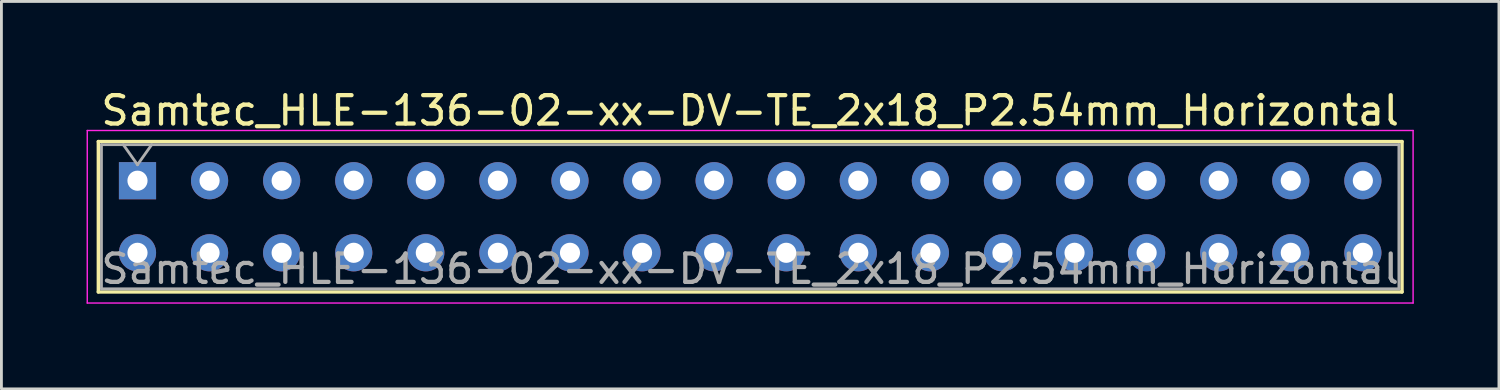
<source format=kicad_pcb>
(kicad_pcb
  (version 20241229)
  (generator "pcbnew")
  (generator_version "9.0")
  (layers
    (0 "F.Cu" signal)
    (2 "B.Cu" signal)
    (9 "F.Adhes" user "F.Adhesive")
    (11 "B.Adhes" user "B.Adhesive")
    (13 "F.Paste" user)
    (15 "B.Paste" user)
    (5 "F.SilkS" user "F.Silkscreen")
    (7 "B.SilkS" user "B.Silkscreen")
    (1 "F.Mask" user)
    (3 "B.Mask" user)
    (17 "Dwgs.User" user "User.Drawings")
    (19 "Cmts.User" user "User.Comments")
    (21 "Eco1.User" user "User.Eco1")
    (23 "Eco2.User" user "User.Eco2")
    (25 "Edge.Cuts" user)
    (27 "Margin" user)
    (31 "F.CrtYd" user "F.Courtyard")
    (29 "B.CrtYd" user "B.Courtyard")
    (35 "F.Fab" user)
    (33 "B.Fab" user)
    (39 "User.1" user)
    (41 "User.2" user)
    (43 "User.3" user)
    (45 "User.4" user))
  (footprint "Samtec_HLE-136-02-xx-DV-TE_2x18_P2.54mm_Horizontal"
    (layer "F.Cu")
    (at 1.795 3.318)
    (property "Reference" "Samtec_HLE-136-02-xx-DV-TE_2x18_P2.54mm_Horizontal" (at 21.59 -2.47 0) (layer "F.SilkS") (effects (font (size 1 1) (thickness 0.15))))
    (attr through_hole)
    (fp_line (start -1.38 -1.38) (end 44.56 -1.38) (stroke (width 0.12) (type solid)) (layer "F.SilkS"))
    (fp_line (start -1.38 3.92) (end -1.38 -1.38) (stroke (width 0.12) (type solid)) (layer "F.SilkS"))
    (fp_line (start 44.56 -1.38) (end 44.56 3.92) (stroke (width 0.12) (type solid)) (layer "F.SilkS"))
    (fp_line (start 44.56 3.92) (end -1.38 3.92) (stroke (width 0.12) (type solid)) (layer "F.SilkS"))
    (fp_line (start -1.77 -1.77) (end 44.95 -1.77) (stroke (width 0.05) (type solid)) (layer "F.CrtYd"))
    (fp_line (start -1.77 4.31) (end -1.77 -1.77) (stroke (width 0.05) (type solid)) (layer "F.CrtYd"))
    (fp_line (start 44.95 -1.77) (end 44.95 4.31) (stroke (width 0.05) (type solid)) (layer "F.CrtYd"))
    (fp_line (start 44.95 4.31) (end -1.77 4.31) (stroke (width 0.05) (type solid)) (layer "F.CrtYd"))
    (fp_line (start -1.27 -1.27) (end 44.45 -1.27) (stroke (width 0.1) (type solid)) (layer "F.Fab"))
    (fp_line (start -1.27 3.81) (end -1.27 -1.27) (stroke (width 0.1) (type solid)) (layer "F.Fab"))
    (fp_line (start -0.5 -1.27) (end 0 -0.563) (stroke (width 0.1) (type solid)) (layer "F.Fab"))
    (fp_line (start 0 -0.563) (end 0.5 -1.27) (stroke (width 0.1) (type solid)) (layer "F.Fab"))
    (fp_line (start 44.45 -1.27) (end 44.45 3.81) (stroke (width 0.1) (type solid)) (layer "F.Fab"))
    (fp_line (start 44.45 3.81) (end -1.27 3.81) (stroke (width 0.1) (type solid)) (layer "F.Fab"))
    (fp_text user "${REFERENCE}" (at 21.59 3.11 0) (layer "F.Fab") (effects (font (size 1 1) (thickness 0.15))))
    (pad "1" thru_hole rect (at 0 0) (size 1.31 1.31) (drill 0.71) (layers "*.Cu" "*.Mask"))
    (pad "2" thru_hole circle (at 0 2.54) (size 1.31 1.31) (drill 0.71) (layers "*.Cu" "*.Mask"))
    (pad "3" thru_hole circle (at 2.54 0) (size 1.31 1.31) (drill 0.71) (layers "*.Cu" "*.Mask"))
    (pad "4" thru_hole circle (at 2.54 2.54) (size 1.31 1.31) (drill 0.71) (layers "*.Cu" "*.Mask"))
    (pad "5" thru_hole circle (at 5.08 0) (size 1.31 1.31) (drill 0.71) (layers "*.Cu" "*.Mask"))
    (pad "6" thru_hole circle (at 5.08 2.54) (size 1.31 1.31) (drill 0.71) (layers "*.Cu" "*.Mask"))
    (pad "7" thru_hole circle (at 7.62 0) (size 1.31 1.31) (drill 0.71) (layers "*.Cu" "*.Mask"))
    (pad "8" thru_hole circle (at 7.62 2.54) (size 1.31 1.31) (drill 0.71) (layers "*.Cu" "*.Mask"))
    (pad "9" thru_hole circle (at 10.16 0) (size 1.31 1.31) (drill 0.71) (layers "*.Cu" "*.Mask"))
    (pad "10" thru_hole circle (at 10.16 2.54) (size 1.31 1.31) (drill 0.71) (layers "*.Cu" "*.Mask"))
    (pad "11" thru_hole circle (at 12.7 0) (size 1.31 1.31) (drill 0.71) (layers "*.Cu" "*.Mask"))
    (pad "12" thru_hole circle (at 12.7 2.54) (size 1.31 1.31) (drill 0.71) (layers "*.Cu" "*.Mask"))
    (pad "13" thru_hole circle (at 15.24 0) (size 1.31 1.31) (drill 0.71) (layers "*.Cu" "*.Mask"))
    (pad "14" thru_hole circle (at 15.24 2.54) (size 1.31 1.31) (drill 0.71) (layers "*.Cu" "*.Mask"))
    (pad "15" thru_hole circle (at 17.78 0) (size 1.31 1.31) (drill 0.71) (layers "*.Cu" "*.Mask"))
    (pad "16" thru_hole circle (at 17.78 2.54) (size 1.31 1.31) (drill 0.71) (layers "*.Cu" "*.Mask"))
    (pad "17" thru_hole circle (at 20.32 0) (size 1.31 1.31) (drill 0.71) (layers "*.Cu" "*.Mask"))
    (pad "18" thru_hole circle (at 20.32 2.54) (size 1.31 1.31) (drill 0.71) (layers "*.Cu" "*.Mask"))
    (pad "19" thru_hole circle (at 22.86 0) (size 1.31 1.31) (drill 0.71) (layers "*.Cu" "*.Mask"))
    (pad "20" thru_hole circle (at 22.86 2.54) (size 1.31 1.31) (drill 0.71) (layers "*.Cu" "*.Mask"))
    (pad "21" thru_hole circle (at 25.4 0) (size 1.31 1.31) (drill 0.71) (layers "*.Cu" "*.Mask"))
    (pad "22" thru_hole circle (at 25.4 2.54) (size 1.31 1.31) (drill 0.71) (layers "*.Cu" "*.Mask"))
    (pad "23" thru_hole circle (at 27.94 0) (size 1.31 1.31) (drill 0.71) (layers "*.Cu" "*.Mask"))
    (pad "24" thru_hole circle (at 27.94 2.54) (size 1.31 1.31) (drill 0.71) (layers "*.Cu" "*.Mask"))
    (pad "25" thru_hole circle (at 30.48 0) (size 1.31 1.31) (drill 0.71) (layers "*.Cu" "*.Mask"))
    (pad "26" thru_hole circle (at 30.48 2.54) (size 1.31 1.31) (drill 0.71) (layers "*.Cu" "*.Mask"))
    (pad "27" thru_hole circle (at 33.02 0) (size 1.31 1.31) (drill 0.71) (layers "*.Cu" "*.Mask"))
    (pad "28" thru_hole circle (at 33.02 2.54) (size 1.31 1.31) (drill 0.71) (layers "*.Cu" "*.Mask"))
    (pad "29" thru_hole circle (at 35.56 0) (size 1.31 1.31) (drill 0.71) (layers "*.Cu" "*.Mask"))
    (pad "30" thru_hole circle (at 35.56 2.54) (size 1.31 1.31) (drill 0.71) (layers "*.Cu" "*.Mask"))
    (pad "31" thru_hole circle (at 38.1 0) (size 1.31 1.31) (drill 0.71) (layers "*.Cu" "*.Mask"))
    (pad "32" thru_hole circle (at 38.1 2.54) (size 1.31 1.31) (drill 0.71) (layers "*.Cu" "*.Mask"))
    (pad "33" thru_hole circle (at 40.64 0) (size 1.31 1.31) (drill 0.71) (layers "*.Cu" "*.Mask"))
    (pad "34" thru_hole circle (at 40.64 2.54) (size 1.31 1.31) (drill 0.71) (layers "*.Cu" "*.Mask"))
    (pad "35" thru_hole circle (at 43.18 0) (size 1.31 1.31) (drill 0.71) (layers "*.Cu" "*.Mask"))
    (pad "36" thru_hole circle (at 43.18 2.54) (size 1.31 1.31) (drill 0.71) (layers "*.Cu" "*.Mask")))
  (gr_rect
    (start -3 -3)
    (end 49.77 10.653)
    (stroke (width 0.1) (type default))
    (fill no)
    (layer "Edge.Cuts")))
</source>
